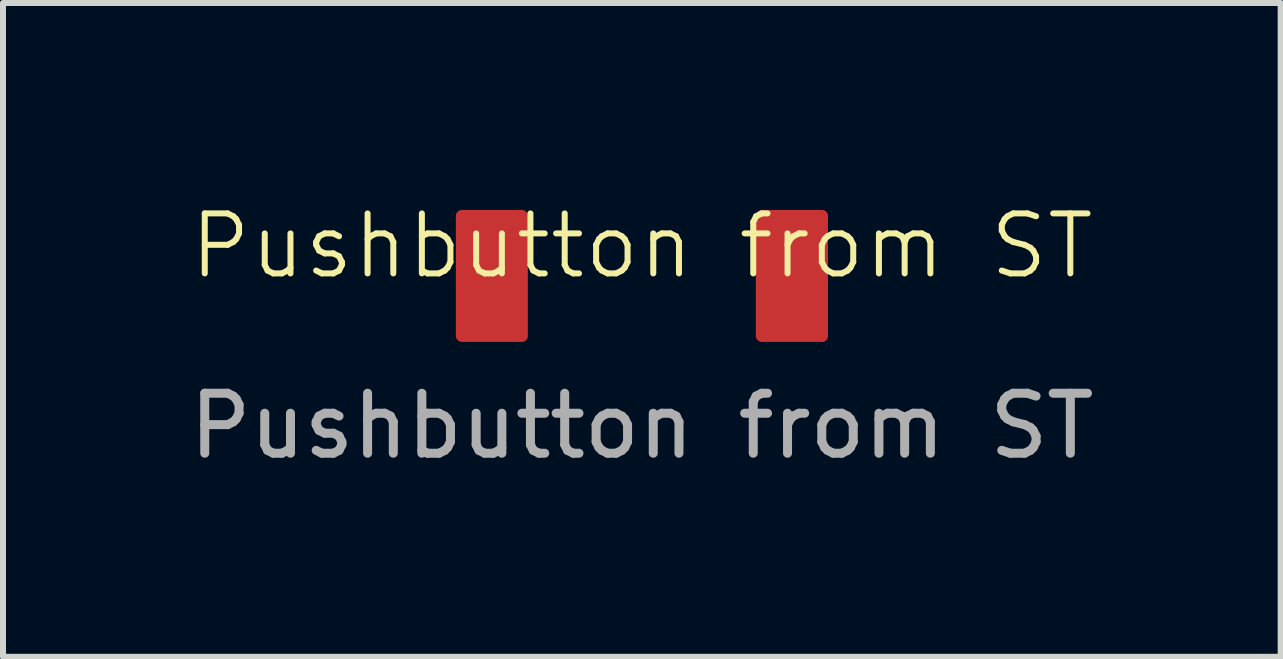
<source format=kicad_pcb>
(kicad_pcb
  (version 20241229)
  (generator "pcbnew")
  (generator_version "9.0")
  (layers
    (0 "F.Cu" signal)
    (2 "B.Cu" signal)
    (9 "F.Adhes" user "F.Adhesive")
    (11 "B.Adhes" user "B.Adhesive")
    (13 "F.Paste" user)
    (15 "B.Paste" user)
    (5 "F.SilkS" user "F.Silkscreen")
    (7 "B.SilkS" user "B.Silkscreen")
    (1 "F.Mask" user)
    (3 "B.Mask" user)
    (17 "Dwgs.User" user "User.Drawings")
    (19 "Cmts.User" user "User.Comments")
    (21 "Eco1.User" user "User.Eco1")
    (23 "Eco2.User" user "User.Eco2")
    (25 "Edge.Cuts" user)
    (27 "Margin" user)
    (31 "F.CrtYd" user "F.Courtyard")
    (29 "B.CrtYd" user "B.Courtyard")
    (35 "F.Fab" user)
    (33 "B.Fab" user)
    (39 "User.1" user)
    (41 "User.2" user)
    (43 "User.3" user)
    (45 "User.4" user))
  (footprint "Pushbutton from ST"
    (layer "F.Cu")
    (at 7.649 1.55)
    (property "Reference" "Pushbutton from ST" (at 0 -0.5 0) (unlocked yes) (layer "F.SilkS") (effects (font (size 1 1) (thickness 0.1))))
    (attr smd)
    (fp_line (start 3 -1) (end 3 1) (stroke (width 0.2) (type default)) (layer "F.Cu"))
    (fp_poly (pts (xy -2 1) (xy -3 1) (xy -3 -1) (xy -2 -1)) (stroke (width 0.2) (type solid)) (fill yes) (layer "F.Cu"))
    (fp_poly (pts (xy 2 -1) (xy 3 -1) (xy 3 1) (xy 2 1)) (stroke (width 0.2) (type solid)) (fill yes) (layer "F.Cu"))
    (fp_rect (start -3.5 -1.5) (end 3.5 1.5) (stroke (width 0.1) (type default)) (fill no) (layer "Margin"))
    (fp_text user "${REFERENCE}" (at 0 2.5 0) (unlocked yes) (layer "F.Fab") (effects (font (size 1 1) (thickness 0.15)))))
  (gr_rect
    (start -3 -3)
    (end 18.298 7.898)
    (stroke (width 0.1) (type default))
    (fill no)
    (layer "Edge.Cuts")))
</source>
